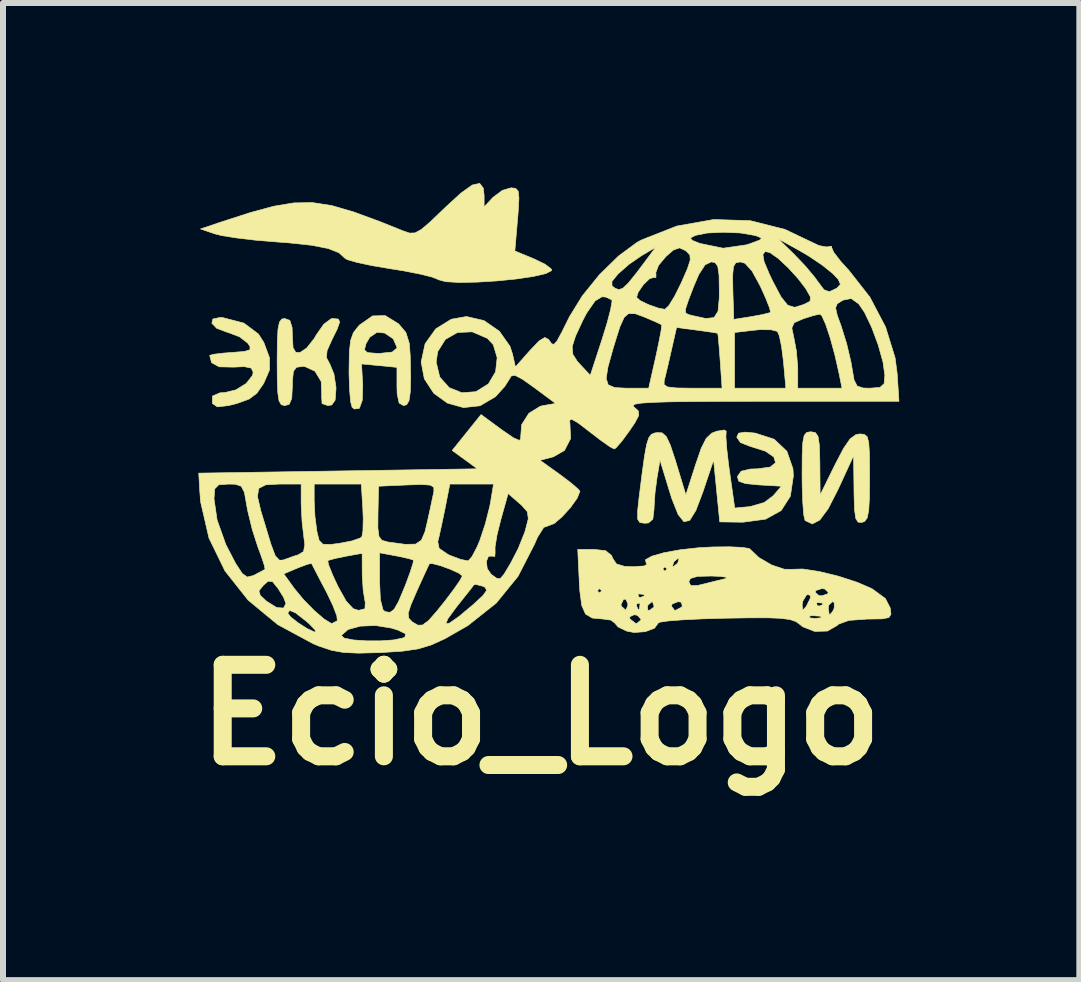
<source format=kicad_pcb>
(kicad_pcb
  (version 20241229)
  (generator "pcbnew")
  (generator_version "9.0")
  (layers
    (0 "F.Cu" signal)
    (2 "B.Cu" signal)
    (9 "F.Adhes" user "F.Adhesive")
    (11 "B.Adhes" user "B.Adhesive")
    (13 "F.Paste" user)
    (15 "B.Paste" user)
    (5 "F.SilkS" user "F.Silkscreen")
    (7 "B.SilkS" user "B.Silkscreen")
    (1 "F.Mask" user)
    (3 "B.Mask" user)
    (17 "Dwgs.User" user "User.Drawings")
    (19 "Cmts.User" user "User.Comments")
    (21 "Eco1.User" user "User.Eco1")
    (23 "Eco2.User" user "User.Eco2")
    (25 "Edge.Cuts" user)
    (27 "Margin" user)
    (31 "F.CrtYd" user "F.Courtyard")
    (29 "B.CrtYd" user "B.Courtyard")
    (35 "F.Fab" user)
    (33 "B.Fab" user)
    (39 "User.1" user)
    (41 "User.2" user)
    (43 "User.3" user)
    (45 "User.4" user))
  (footprint "Ecio_Logo"
    (layer "F.Cu")
    (at 5.958 3.78)
    (property "Reference" "Ecio_Logo" (at 0 5.08 0) (layer "F.SilkS") (effects (font (size 1.524 1.524) (thickness 0.3))))
    (attr through_hole)
    (fp_poly (pts (xy -5.298 -1.539) (xy -4.945 -1.447) (xy -4.703 -1.266) (xy -4.613 -1.125) (xy -4.519 -0.872) (xy -4.518 -0.668) (xy -4.612 -0.449) (xy -4.623 -0.431) (xy -4.729 -0.279) (xy -4.859 -0.182) (xy -5.06 -0.109) (xy -5.203 -0.073) (xy -5.387 -0.052) (xy -5.469 -0.108) (xy -5.47 -0.11) (xy -5.469 -0.232) (xy -5.343 -0.286) (xy -5.265 -0.29) (xy -5.079 -0.335) (xy -4.906 -0.442) (xy -4.801 -0.576) (xy -4.79 -0.628) (xy -4.821 -0.697) (xy -4.937 -0.722) (xy -5.115 -0.714) (xy -5.357 -0.719) (xy -5.483 -0.788) (xy -5.515 -0.909) (xy -5.45 -0.928) (xy -5.283 -0.948) (xy -5.149 -0.958) (xy -4.937 -0.975) (xy -4.844 -1.003) (xy -4.843 -1.057) (xy -4.88 -1.113) (xy -5.017 -1.219) (xy -5.215 -1.294) (xy -5.229 -1.297) (xy -5.398 -1.361) (xy -5.479 -1.445) (xy -5.462 -1.516) (xy -5.339 -1.542) (xy -5.298 -1.539)) (stroke (width 0.01) (type solid)) (fill yes) (layer "F.SilkS"))
    (fp_poly (pts (xy 4.575 0.376) (xy 4.619 0.438) (xy 4.641 0.577) (xy 4.649 0.825) (xy 4.65 0.889) (xy 4.655 1.415) (xy 4.905 0.907) (xy 5.046 0.638) (xy 5.155 0.48) (xy 5.252 0.41) (xy 5.317 0.399) (xy 5.39 0.406) (xy 5.438 0.444) (xy 5.464 0.54) (xy 5.476 0.72) (xy 5.479 1.011) (xy 5.479 1.124) (xy 5.476 1.458) (xy 5.464 1.674) (xy 5.439 1.798) (xy 5.396 1.856) (xy 5.352 1.873) (xy 5.288 1.869) (xy 5.249 1.809) (xy 5.228 1.665) (xy 5.22 1.411) (xy 5.219 1.33) (xy 5.212 0.762) (xy 4.953 1.324) (xy 4.788 1.646) (xy 4.648 1.834) (xy 4.525 1.898) (xy 4.409 1.844) (xy 4.403 1.838) (xy 4.382 1.749) (xy 4.366 1.549) (xy 4.356 1.271) (xy 4.354 1.076) (xy 4.356 0.749) (xy 4.366 0.541) (xy 4.389 0.425) (xy 4.43 0.374) (xy 4.495 0.363) (xy 4.499 0.363) (xy 4.575 0.376)) (stroke (width 0.01) (type solid)) (fill yes) (layer "F.SilkS"))
    (fp_poly (pts (xy -2.369 -1.436) (xy -2.366 -1.433) (xy -2.246 -1.291) (xy -2.189 -1.108) (xy -2.174 -0.907) (xy -2.167 -0.543) (xy -2.173 -0.3) (xy -2.194 -0.156) (xy -2.233 -0.088) (xy -2.286 -0.073) (xy -2.359 -0.116) (xy -2.391 -0.264) (xy -2.395 -0.392) (xy -2.395 -0.71) (xy -2.69 -0.739) (xy -2.985 -0.767) (xy -2.965 -0.406) (xy -2.973 -0.161) (xy -3.021 -0.027) (xy -3.105 -0.016) (xy -3.143 -0.047) (xy -3.167 -0.138) (xy -3.184 -0.336) (xy -3.193 -0.602) (xy -3.193 -0.669) (xy -3.188 -0.966) (xy -3.184 -1.002) (xy -2.937 -1.002) (xy -2.889 -0.956) (xy -2.737 -0.944) (xy -2.683 -0.943) (xy -2.474 -0.965) (xy -2.396 -1.032) (xy -2.395 -1.043) (xy -2.457 -1.186) (xy -2.601 -1.282) (xy -2.728 -1.294) (xy -2.847 -1.213) (xy -2.91 -1.107) (xy -2.937 -1.002) (xy -3.184 -1.002) (xy -3.167 -1.159) (xy -3.121 -1.288) (xy -3.038 -1.394) (xy -3.015 -1.418) (xy -2.802 -1.567) (xy -2.592 -1.573) (xy -2.369 -1.436)) (stroke (width 0.01) (type solid)) (fill yes) (layer "F.SilkS"))
    (fp_poly (pts (xy -4.179 -1.492) (xy -4.142 -1.374) (xy -4.137 -1.228) (xy -4.126 -1.039) (xy -4.082 -0.961) (xy -4.01 -0.957) (xy -3.898 -1.033) (xy -3.773 -1.191) (xy -3.737 -1.253) (xy -3.615 -1.428) (xy -3.493 -1.519) (xy -3.465 -1.524) (xy -3.374 -1.515) (xy -3.348 -1.468) (xy -3.389 -1.351) (xy -3.476 -1.175) (xy -3.559 -0.99) (xy -3.57 -0.872) (xy -3.513 -0.765) (xy -3.445 -0.6) (xy -3.411 -0.38) (xy -3.411 -0.349) (xy -3.425 -0.163) (xy -3.481 -0.084) (xy -3.546 -0.073) (xy -3.643 -0.107) (xy -3.65 -0.232) (xy -3.648 -0.246) (xy -3.657 -0.474) (xy -3.761 -0.646) (xy -3.932 -0.725) (xy -3.958 -0.726) (xy -4.068 -0.712) (xy -4.12 -0.644) (xy -4.136 -0.484) (xy -4.137 -0.399) (xy -4.148 -0.192) (xy -4.19 -0.094) (xy -4.264 -0.073) (xy -4.322 -0.088) (xy -4.359 -0.15) (xy -4.38 -0.285) (xy -4.389 -0.519) (xy -4.391 -0.798) (xy -4.388 -1.131) (xy -4.377 -1.344) (xy -4.353 -1.463) (xy -4.313 -1.515) (xy -4.264 -1.524) (xy -4.179 -1.492)) (stroke (width 0.01) (type solid)) (fill yes) (layer "F.SilkS"))
    (fp_poly (pts (xy -0.956 -3.695) (xy -0.943 -3.573) (xy -0.943 -3.383) (xy -0.795 -3.542) (xy -0.638 -3.659) (xy -0.495 -3.701) (xy -0.417 -3.692) (xy -0.375 -3.645) (xy -0.363 -3.528) (xy -0.375 -3.311) (xy -0.386 -3.175) (xy -0.431 -2.649) (xy -0.107 -2.515) (xy 0.074 -2.427) (xy 0.174 -2.351) (xy 0.182 -2.323) (xy 0.083 -2.272) (xy -0.126 -2.224) (xy -0.41 -2.182) (xy -0.732 -2.15) (xy -1.058 -2.13) (xy -1.352 -2.124) (xy -1.58 -2.137) (xy -1.704 -2.17) (xy -1.71 -2.175) (xy -1.808 -2.214) (xy -2.015 -2.265) (xy -2.297 -2.32) (xy -2.498 -2.352) (xy -2.806 -2.404) (xy -3.057 -2.457) (xy -3.218 -2.503) (xy -3.259 -2.526) (xy -3.361 -2.619) (xy -3.54 -2.69) (xy -3.818 -2.744) (xy -4.212 -2.786) (xy -4.393 -2.799) (xy -4.745 -2.828) (xy -5.067 -2.866) (xy -5.317 -2.906) (xy -5.429 -2.934) (xy -5.668 -3.016) (xy -5.32 -3.133) (xy -4.84 -3.288) (xy -4.449 -3.394) (xy -4.114 -3.45) (xy -3.803 -3.455) (xy -3.483 -3.406) (xy -3.121 -3.301) (xy -2.683 -3.14) (xy -2.291 -2.983) (xy -2.186 -2.947) (xy -2.094 -2.95) (xy -1.988 -3.008) (xy -1.838 -3.136) (xy -1.615 -3.35) (xy -1.602 -3.363) (xy -1.331 -3.612) (xy -1.14 -3.748) (xy -1.017 -3.775) (xy -0.956 -3.695)) (stroke (width 0.01) (type solid)) (fill yes) (layer "F.SilkS"))
    (fp_poly (pts (xy 3.09 0.354) (xy 3.085 0.445) (xy 3.099 0.643) (xy 3.13 0.911) (xy 3.145 1.019) (xy 3.232 1.633) (xy 3.485 1.61) (xy 3.724 1.541) (xy 3.873 1.429) (xy 4.009 1.27) (xy 3.633 1.248) (xy 3.41 1.226) (xy 3.301 1.188) (xy 3.278 1.119) (xy 3.281 1.103) (xy 3.339 1.02) (xy 3.491 0.984) (xy 3.612 0.98) (xy 3.823 0.951) (xy 3.912 0.878) (xy 3.883 0.783) (xy 3.745 0.687) (xy 3.503 0.61) (xy 3.495 0.608) (xy 3.327 0.543) (xy 3.266 0.453) (xy 3.296 0.386) (xy 3.408 0.369) (xy 3.574 0.385) (xy 3.889 0.487) (xy 4.101 0.688) (xy 4.202 0.979) (xy 4.209 1.097) (xy 4.159 1.436) (xy 4.005 1.676) (xy 3.745 1.819) (xy 3.374 1.869) (xy 3.321 1.869) (xy 2.982 1.864) (xy 2.931 1.349) (xy 2.88 0.835) (xy 2.702 1.365) (xy 2.585 1.673) (xy 2.482 1.839) (xy 2.386 1.862) (xy 2.289 1.741) (xy 2.184 1.477) (xy 2.142 1.343) (xy 1.987 0.835) (xy 1.938 1.125) (xy 1.904 1.382) (xy 1.888 1.627) (xy 1.888 1.651) (xy 1.868 1.818) (xy 1.796 1.881) (xy 1.736 1.887) (xy 1.653 1.876) (xy 1.615 1.82) (xy 1.614 1.685) (xy 1.637 1.47) (xy 1.689 1.057) (xy 1.729 0.767) (xy 1.764 0.576) (xy 1.8 0.463) (xy 1.843 0.406) (xy 1.899 0.383) (xy 1.938 0.377) (xy 2.023 0.381) (xy 2.092 0.442) (xy 2.159 0.585) (xy 2.243 0.838) (xy 2.257 0.885) (xy 2.418 1.415) (xy 2.58 0.91) (xy 2.674 0.637) (xy 2.757 0.473) (xy 2.847 0.387) (xy 2.931 0.354) (xy 3.058 0.333) (xy 3.09 0.354)) (stroke (width 0.01) (type solid)) (fill yes) (layer "F.SilkS"))
    (fp_poly (pts (xy 3.357 2.289) (xy 3.474 2.308) (xy 3.483 2.315) (xy 3.637 2.46) (xy 3.849 2.583) (xy 4.058 2.653) (xy 4.177 2.654) (xy 4.364 2.649) (xy 4.639 2.691) (xy 4.956 2.768) (xy 5.271 2.87) (xy 5.52 2.978) (xy 5.742 3.141) (xy 5.823 3.299) (xy 5.835 3.403) (xy 5.8 3.458) (xy 5.685 3.48) (xy 5.459 3.483) (xy 5.442 3.483) (xy 5.135 3.505) (xy 4.959 3.569) (xy 4.935 3.592) (xy 4.776 3.683) (xy 4.564 3.689) (xy 4.364 3.611) (xy 4.319 3.574) (xy 4.252 3.525) (xy 4.155 3.492) (xy 4.006 3.471) (xy 3.779 3.462) (xy 3.452 3.463) (xy 3.072 3.469) (xy 2.689 3.48) (xy 2.363 3.496) (xy 2.118 3.515) (xy 1.981 3.536) (xy 1.959 3.548) (xy 1.896 3.635) (xy 1.743 3.693) (xy 1.555 3.707) (xy 1.433 3.684) (xy 1.29 3.615) (xy 1.234 3.55) (xy 1.171 3.501) (xy 1.034 3.482) (xy 0.858 3.466) (xy 0.825 3.446) (xy 1.481 3.446) (xy 1.488 3.483) (xy 1.58 3.553) (xy 1.601 3.556) (xy 1.667 3.501) (xy 1.669 3.483) (xy 1.649 3.462) (xy 4.472 3.462) (xy 4.572 3.472) (xy 4.675 3.461) (xy 4.663 3.435) (xy 4.514 3.426) (xy 4.481 3.435) (xy 4.472 3.462) (xy 1.649 3.462) (xy 1.61 3.42) (xy 1.556 3.411) (xy 1.481 3.446) (xy 0.825 3.446) (xy 0.746 3.399) (xy 0.683 3.256) (xy 0.682 3.245) (xy 1.336 3.245) (xy 1.346 3.271) (xy 1.416 3.335) (xy 1.448 3.266) (xy 1.597 3.266) (xy 1.623 3.325) (xy 1.645 3.314) (xy 1.65 3.266) (xy 1.778 3.266) (xy 1.784 3.333) (xy 1.81 3.338) (xy 1.884 3.286) (xy 1.887 3.266) (xy 2.177 3.266) (xy 2.229 3.336) (xy 2.245 3.338) (xy 2.344 3.286) (xy 2.359 3.266) (xy 2.355 3.252) (xy 4.355 3.252) (xy 4.367 3.333) (xy 4.397 3.302) (xy 4.79 3.302) (xy 4.805 3.399) (xy 4.818 3.411) (xy 4.865 3.354) (xy 4.889 3.302) (xy 4.89 3.209) (xy 4.86 3.193) (xy 4.798 3.252) (xy 4.79 3.302) (xy 4.397 3.302) (xy 4.417 3.28) (xy 4.427 3.266) (xy 4.451 3.217) (xy 4.596 3.217) (xy 4.606 3.26) (xy 4.645 3.266) (xy 4.704 3.239) (xy 4.693 3.217) (xy 4.607 3.209) (xy 4.596 3.217) (xy 4.451 3.217) (xy 4.488 3.142) (xy 4.498 3.098) (xy 4.454 3.072) (xy 4.427 3.084) (xy 4.364 3.188) (xy 4.355 3.252) (xy 2.355 3.252) (xy 2.342 3.204) (xy 2.29 3.193) (xy 2.191 3.231) (xy 2.177 3.266) (xy 1.887 3.266) (xy 1.862 3.195) (xy 1.855 3.193) (xy 1.793 3.244) (xy 1.778 3.266) (xy 1.65 3.266) (xy 1.654 3.228) (xy 1.645 3.217) (xy 1.602 3.227) (xy 1.597 3.266) (xy 1.448 3.266) (xy 1.45 3.262) (xy 1.451 3.225) (xy 1.416 3.15) (xy 1.378 3.158) (xy 1.336 3.245) (xy 0.682 3.245) (xy 0.659 3.072) (xy 1.621 3.072) (xy 1.631 3.115) (xy 1.669 3.121) (xy 1.729 3.094) (xy 1.718 3.072) (xy 1.631 3.064) (xy 1.621 3.072) (xy 0.659 3.072) (xy 0.651 3.012) (xy 0.943 3.012) (xy 0.98 3.048) (xy 0.992 3.036) (xy 4.572 3.036) (xy 4.631 3.09) (xy 4.681 3.096) (xy 4.778 3.064) (xy 4.79 3.036) (xy 4.731 2.982) (xy 4.681 2.975) (xy 4.584 3.008) (xy 4.572 3.036) (xy 0.992 3.036) (xy 1.016 3.012) (xy 0.98 2.975) (xy 0.943 3.012) (xy 0.651 3.012) (xy 0.651 3.009) (xy 0.642 2.861) (xy 2.467 2.861) (xy 2.499 2.925) (xy 2.616 2.923) (xy 2.703 2.902) (xy 2.915 2.849) (xy 3.084 2.808) (xy 3.102 2.788) (xy 2.998 2.773) (xy 2.848 2.766) (xy 2.612 2.772) (xy 2.494 2.807) (xy 2.467 2.861) (xy 0.642 2.861) (xy 0.642 2.848) (xy 0.632 2.649) (xy 2.032 2.649) (xy 2.068 2.685) (xy 2.105 2.649) (xy 2.068 2.613) (xy 2.032 2.649) (xy 0.632 2.649) (xy 0.617 2.322) (xy 0.884 2.322) (xy 1.081 2.344) (xy 1.179 2.423) (xy 1.197 2.467) (xy 1.261 2.564) (xy 1.398 2.606) (xy 1.547 2.611) (xy 1.6 2.608) (xy 2.195 2.608) (xy 2.205 2.613) (xy 2.271 2.561) (xy 2.286 2.54) (xy 2.304 2.472) (xy 2.295 2.467) (xy 2.228 2.519) (xy 2.213 2.54) (xy 2.195 2.608) (xy 1.6 2.608) (xy 1.722 2.599) (xy 1.774 2.568) (xy 1.757 2.551) (xy 1.744 2.495) (xy 1.85 2.436) (xy 2.051 2.378) (xy 2.322 2.329) (xy 2.637 2.294) (xy 2.867 2.282) (xy 3.142 2.279) (xy 3.357 2.289)) (stroke (width 0.01) (type solid)) (fill yes) (layer "F.SilkS"))
    (fp_poly (pts (xy 3.49 -3.154) (xy 4.07 -3.008) (xy 4.462 -2.821) (xy 4.638 -2.738) (xy 4.768 -2.715) (xy 4.789 -2.721) (xy 4.847 -2.728) (xy 4.846 -2.707) (xy 4.882 -2.626) (xy 4.996 -2.478) (xy 5.138 -2.321) (xy 5.483 -1.881) (xy 5.745 -1.382) (xy 5.904 -0.868) (xy 5.938 -0.606) (xy 5.968 -0.145) (xy 3.696 -0.145) (xy 3.054 -0.144) (xy 2.545 -0.141) (xy 2.155 -0.136) (xy 1.872 -0.127) (xy 1.684 -0.115) (xy 1.576 -0.098) (xy 1.537 -0.077) (xy 1.554 -0.05) (xy 1.555 -0.049) (xy 1.627 0.016) (xy 1.633 0.091) (xy 1.568 0.215) (xy 1.478 0.347) (xy 1.351 0.52) (xy 1.255 0.63) (xy 1.225 0.65) (xy 1.149 0.61) (xy 0.996 0.502) (xy 0.814 0.362) (xy 0.618 0.212) (xy 0.512 0.153) (xy 0.48 0.176) (xy 0.486 0.216) (xy 0.498 0.476) (xy 0.396 0.674) (xy 0.211 0.78) (xy -0.012 0.838) (xy 0.321 1.076) (xy 0.502 1.213) (xy 0.622 1.316) (xy 0.653 1.354) (xy 0.608 1.468) (xy 0.498 1.623) (xy 0.358 1.777) (xy 0.228 1.89) (xy 0.145 1.922) (xy 0.05 1.956) (xy -0.054 2.121) (xy -0.102 2.233) (xy -0.378 2.771) (xy -0.742 3.218) (xy -1.214 3.592) (xy -1.597 3.811) (xy -1.823 3.914) (xy -2.042 3.98) (xy -2.303 4.018) (xy -2.656 4.041) (xy -2.685 4.042) (xy -3.033 4.051) (xy -3.284 4.04) (xy -3.488 4.003) (xy -3.694 3.934) (xy -3.788 3.895) (xy -4.041 3.759) (xy -3.321 3.759) (xy -3.272 3.801) (xy -3.119 3.831) (xy -2.904 3.846) (xy -2.667 3.846) (xy -2.451 3.831) (xy -2.295 3.798) (xy -2.263 3.783) (xy -2.25 3.73) (xy -2.375 3.668) (xy -2.485 3.634) (xy -2.749 3.591) (xy -3.005 3.601) (xy -3.209 3.657) (xy -3.318 3.752) (xy -3.321 3.759) (xy -4.041 3.759) (xy -4.38 3.576) (xy -4.613 3.384) (xy -4.215 3.384) (xy -4.165 3.449) (xy -4.039 3.547) (xy -3.89 3.642) (xy -3.771 3.697) (xy -3.75 3.701) (xy -3.761 3.661) (xy -3.859 3.56) (xy -3.91 3.516) (xy -4.086 3.379) (xy -4.182 3.339) (xy -4.215 3.384) (xy -4.613 3.384) (xy -4.875 3.167) (xy -4.997 3.013) (xy -4.694 3.013) (xy -4.672 3.09) (xy -4.566 3.187) (xy -4.4 3.291) (xy -4.284 3.3) (xy -4.245 3.223) (xy -4.284 3.121) (xy -4.372 2.978) (xy -4.468 2.859) (xy -4.541 2.852) (xy -4.62 2.92) (xy -4.694 3.013) (xy -4.997 3.013) (xy -5.26 2.681) (xy -5.527 2.133) (xy -5.665 1.535) (xy -5.67 1.479) (xy -5.443 1.479) (xy -5.391 1.834) (xy -5.246 2.241) (xy -5.082 2.557) (xy -4.973 2.723) (xy -4.889 2.783) (xy -4.789 2.759) (xy -4.765 2.747) (xy -4.733 2.73) (xy -4.281 2.73) (xy -4.1 2.98) (xy -3.95 3.161) (xy -3.774 3.34) (xy -3.61 3.482) (xy -3.493 3.553) (xy -3.477 3.556) (xy -3.392 3.513) (xy -3.389 3.51) (xy -3.397 3.428) (xy -3.413 3.387) (xy -2.208 3.387) (xy -2.198 3.469) (xy -2.141 3.529) (xy -2.134 3.534) (xy -2.046 3.585) (xy -1.967 3.582) (xy -1.942 3.563) (xy -1.581 3.563) (xy -1.517 3.549) (xy -1.358 3.437) (xy -1.125 3.242) (xy -0.963 3.092) (xy -0.901 3.005) (xy -0.927 2.954) (xy -0.965 2.936) (xy -1.08 2.906) (xy -1.112 2.912) (xy -1.163 2.979) (xy -1.279 3.125) (xy -1.412 3.293) (xy -1.547 3.478) (xy -1.581 3.563) (xy -1.942 3.563) (xy -1.868 3.508) (xy -1.726 3.346) (xy -1.593 3.18) (xy -1.445 2.984) (xy -1.341 2.833) (xy -1.306 2.763) (xy -1.366 2.717) (xy -1.508 2.653) (xy -1.674 2.593) (xy -1.809 2.558) (xy -1.854 2.561) (xy -1.887 2.629) (xy -1.963 2.794) (xy -2.061 3.01) (xy -2.163 3.246) (xy -2.208 3.387) (xy -3.413 3.387) (xy -3.463 3.256) (xy -3.571 3.03) (xy -3.577 3.02) (xy -3.694 2.797) (xy -3.78 2.631) (xy -3.817 2.558) (xy -3.817 2.557) (xy -3.881 2.569) (xy -4.027 2.623) (xy -4.053 2.634) (xy -4.281 2.73) (xy -4.733 2.73) (xy -4.639 2.68) (xy -4.592 2.653) (xy -4.606 2.584) (xy -4.63 2.511) (xy -3.548 2.511) (xy -3.533 2.583) (xy -3.467 2.747) (xy -3.379 2.937) (xy -3.241 3.184) (xy -3.124 3.31) (xy -3.034 3.338) (xy -2.928 3.311) (xy -2.923 3.202) (xy -2.93 3.175) (xy -2.958 2.998) (xy -2.967 2.852) (xy -2.685 2.852) (xy -2.671 3.158) (xy -2.628 3.327) (xy -2.594 3.359) (xy -2.513 3.372) (xy -2.444 3.324) (xy -2.368 3.19) (xy -2.266 2.947) (xy -2.252 2.912) (xy -2.173 2.698) (xy -2.126 2.548) (xy -2.123 2.523) (xy -0.905 2.523) (xy -0.891 2.642) (xy -0.825 2.738) (xy -0.734 2.803) (xy -0.676 2.811) (xy -0.614 2.74) (xy -0.511 2.569) (xy -0.504 2.558) (xy -0.374 2.306) (xy -0.267 2.039) (xy -0.255 2) (xy -0.207 1.811) (xy -0.223 1.695) (xy -0.317 1.588) (xy -0.356 1.554) (xy -0.543 1.392) (xy -0.668 1.839) (xy -0.729 2.086) (xy -0.761 2.285) (xy -0.76 2.38) (xy -0.765 2.443) (xy -0.792 2.435) (xy -0.87 2.436) (xy -0.905 2.523) (xy -2.123 2.523) (xy -2.12 2.501) (xy -2.198 2.476) (xy -2.364 2.439) (xy -2.413 2.43) (xy -2.685 2.379) (xy -2.685 2.852) (xy -2.967 2.852) (xy -2.973 2.761) (xy -2.974 2.7) (xy -2.975 2.388) (xy -3.248 2.437) (xy -3.43 2.475) (xy -3.539 2.506) (xy -3.548 2.511) (xy -4.63 2.511) (xy -4.66 2.422) (xy -4.712 2.282) (xy -4.806 1.99) (xy -4.881 1.681) (xy -4.9 1.578) (xy -4.924 1.441) (xy -4.719 1.441) (xy -4.664 1.676) (xy -4.653 1.713) (xy -4.59 1.92) (xy -4.514 2.172) (xy -4.495 2.235) (xy -4.422 2.43) (xy -4.349 2.505) (xy -4.287 2.498) (xy -4.115 2.436) (xy -4.038 2.412) (xy -3.951 2.359) (xy -3.93 2.242) (xy -3.947 2.112) (xy -3.976 1.86) (xy -3.99 1.581) (xy -3.991 1.542) (xy -3.991 1.234) (xy -3.774 1.234) (xy -3.774 1.515) (xy -3.761 1.774) (xy -3.729 2.019) (xy -3.727 2.031) (xy -3.691 2.174) (xy -3.629 2.236) (xy -3.498 2.24) (xy -3.35 2.221) (xy -3.144 2.181) (xy -3.005 2.132) (xy -2.979 2.111) (xy -2.961 2.008) (xy -2.961 1.968) (xy -2.713 1.968) (xy -2.695 2.106) (xy -2.646 2.171) (xy -2.551 2.198) (xy -2.54 2.2) (xy -2.259 2.238) (xy -2.086 2.235) (xy -2.023 2.193) (xy -1.715 2.193) (xy -1.692 2.306) (xy -1.544 2.407) (xy -1.51 2.423) (xy -1.334 2.489) (xy -1.215 2.513) (xy -1.206 2.512) (xy -1.144 2.441) (xy -1.059 2.278) (xy -1.015 2.174) (xy -0.923 1.897) (xy -0.85 1.609) (xy -0.837 1.542) (xy -0.786 1.234) (xy -1.514 1.234) (xy -1.596 1.651) (xy -1.648 1.901) (xy -1.693 2.106) (xy -1.715 2.193) (xy -2.023 2.193) (xy -1.988 2.17) (xy -1.928 2.028) (xy -1.89 1.869) (xy -1.837 1.627) (xy -1.795 1.429) (xy -1.78 1.358) (xy -1.781 1.288) (xy -1.839 1.252) (xy -1.984 1.241) (xy -2.227 1.249) (xy -2.701 1.27) (xy -2.711 1.721) (xy -2.713 1.968) (xy -2.961 1.968) (xy -2.957 1.81) (xy -2.964 1.64) (xy -2.989 1.234) (xy -3.774 1.234) (xy -3.991 1.234) (xy -4.354 1.234) (xy -4.582 1.247) (xy -4.698 1.307) (xy -4.719 1.441) (xy -4.924 1.441) (xy -4.937 1.371) (xy -4.989 1.27) (xy -5.089 1.237) (xy -5.197 1.234) (xy -5.364 1.246) (xy -5.431 1.314) (xy -5.443 1.479) (xy -5.67 1.479) (xy -5.678 1.379) (xy -5.697 1.052) (xy -3.376 1.016) (xy -1.055 0.98) (xy -1.265 0.827) (xy -1.475 0.674) (xy -0.994 0.076) (xy -0.649 0.33) (xy -0.454 0.464) (xy -0.353 0.508) (xy -0.331 0.469) (xy -0.334 0.455) (xy -0.318 0.245) (xy -0.197 0.055) (xy -0.008 -0.062) (xy 0.035 -0.072) (xy 0.248 -0.109) (xy -0.112 -0.376) (xy -0.313 -0.518) (xy -0.325 -0.524) (xy 1.09 -0.524) (xy 1.125 -0.418) (xy 1.233 -0.373) (xy 1.423 -0.363) (xy 1.444 -0.363) (xy 1.799 -0.363) (xy 1.812 -0.423) (xy 2.055 -0.423) (xy 2.113 -0.384) (xy 2.26 -0.367) (xy 2.522 -0.363) (xy 3.021 -0.363) (xy 2.99 -0.816) (xy 2.972 -1.053) (xy 2.957 -1.22) (xy 2.949 -1.278) (xy 2.878 -1.291) (xy 2.876 -1.291) (xy 3.229 -1.291) (xy 3.229 -0.363) (xy 4.084 -0.363) (xy 4.044 -0.807) (xy 4.013 -1.051) (xy 3.975 -1.235) (xy 3.943 -1.309) (xy 3.84 -1.336) (xy 3.65 -1.338) (xy 3.556 -1.329) (xy 3.229 -1.291) (xy 2.876 -1.291) (xy 2.71 -1.315) (xy 2.601 -1.33) (xy 2.329 -1.366) (xy 4.183 -1.366) (xy 4.216 -1.211) (xy 4.259 -0.983) (xy 4.281 -0.718) (xy 4.282 -0.672) (xy 4.282 -0.363) (xy 5.019 -0.363) (xy 4.972 -0.599) (xy 4.902 -0.909) (xy 4.824 -1.195) (xy 4.748 -1.425) (xy 4.684 -1.567) (xy 4.653 -1.597) (xy 4.549 -1.575) (xy 4.378 -1.521) (xy 4.372 -1.519) (xy 4.223 -1.454) (xy 4.183 -1.366) (xy 2.329 -1.366) (xy 2.263 -1.374) (xy 2.177 -0.996) (xy 2.122 -0.755) (xy 2.075 -0.559) (xy 2.057 -0.49) (xy 2.055 -0.423) (xy 1.812 -0.423) (xy 1.916 -0.882) (xy 1.97 -1.136) (xy 2.006 -1.326) (xy 2.015 -1.416) (xy 2.014 -1.419) (xy 1.942 -1.455) (xy 1.784 -1.524) (xy 1.724 -1.549) (xy 1.573 -1.605) (xy 1.468 -1.61) (xy 1.39 -1.543) (xy 1.318 -1.384) (xy 1.232 -1.11) (xy 1.205 -1.021) (xy 1.12 -0.716) (xy 1.09 -0.524) (xy -0.325 -0.524) (xy -0.431 -0.578) (xy -0.493 -0.565) (xy -0.518 -0.521) (xy -0.601 -0.39) (xy -0.742 -0.235) (xy -0.758 -0.219) (xy -1.011 -0.07) (xy -1.287 -0.04) (xy -1.555 -0.115) (xy -1.782 -0.279) (xy -1.939 -0.519) (xy -1.992 -0.798) (xy -1.742 -0.798) (xy -1.682 -0.549) (xy -1.526 -0.373) (xy -1.313 -0.287) (xy -1.079 -0.305) (xy -0.871 -0.435) (xy -0.752 -0.637) (xy -0.726 -0.872) (xy -0.79 -1.087) (xy -0.887 -1.193) (xy -1.141 -1.302) (xy -1.386 -1.291) (xy -1.589 -1.176) (xy -1.716 -0.972) (xy -1.742 -0.798) (xy -1.992 -0.798) (xy -1.926 -1.103) (xy -1.749 -1.351) (xy -1.49 -1.512) (xy -1.237 -1.557) (xy -0.946 -1.49) (xy -0.69 -1.313) (xy -0.512 -1.061) (xy -0.469 -0.929) (xy -0.422 -0.717) (xy -0.177 -0.994) (xy -0.119 -1.054) (xy 0.524 -1.054) (xy 0.535 -0.928) (xy 0.609 -0.811) (xy 0.667 -0.747) (xy 0.826 -0.578) (xy 1.022 -1.178) (xy 1.107 -1.454) (xy 1.165 -1.677) (xy 1.188 -1.811) (xy 1.185 -1.832) (xy 1.099 -1.877) (xy 1.597 -1.877) (xy 1.657 -1.822) (xy 1.798 -1.754) (xy 1.961 -1.697) (xy 2.068 -1.677) (xy 2.076 -1.684) (xy 2.413 -1.684) (xy 2.413 -1.618) (xy 2.457 -1.591) (xy 2.522 -1.574) (xy 2.752 -1.524) (xy 2.888 -1.54) (xy 2.954 -1.645) (xy 2.974 -1.861) (xy 2.975 -1.996) (xy 2.971 -2.242) (xy 3.197 -2.242) (xy 3.201 -1.988) (xy 3.216 -1.509) (xy 3.511 -1.556) (xy 3.7 -1.591) (xy 3.816 -1.621) (xy 3.829 -1.627) (xy 3.813 -1.7) (xy 3.812 -1.702) (xy 4.912 -1.702) (xy 4.94 -1.577) (xy 5.005 -1.398) (xy 5.096 -1.107) (xy 5.169 -0.797) (xy 5.184 -0.708) (xy 5.22 -0.5) (xy 5.272 -0.399) (xy 5.372 -0.366) (xy 5.484 -0.363) (xy 5.652 -0.376) (xy 5.721 -0.439) (xy 5.733 -0.578) (xy 5.702 -0.798) (xy 5.623 -1.081) (xy 5.514 -1.375) (xy 5.395 -1.625) (xy 5.298 -1.767) (xy 5.172 -1.857) (xy 5.039 -1.831) (xy 5.023 -1.823) (xy 4.939 -1.769) (xy 4.912 -1.702) (xy 3.812 -1.702) (xy 3.747 -1.865) (xy 3.66 -2.059) (xy 3.521 -2.314) (xy 3.402 -2.444) (xy 3.326 -2.467) (xy 3.251 -2.453) (xy 3.211 -2.388) (xy 3.197 -2.242) (xy 2.971 -2.242) (xy 2.97 -2.252) (xy 2.949 -2.395) (xy 2.903 -2.456) (xy 2.84 -2.467) (xy 2.738 -2.418) (xy 2.634 -2.258) (xy 2.55 -2.062) (xy 2.458 -1.821) (xy 2.413 -1.684) (xy 2.076 -1.684) (xy 2.133 -1.737) (xy 2.231 -1.896) (xy 2.341 -2.117) (xy 2.445 -2.355) (xy 2.491 -2.498) (xy 2.485 -2.581) (xy 2.478 -2.589) (xy 3.701 -2.589) (xy 3.721 -2.472) (xy 3.808 -2.265) (xy 3.87 -2.136) (xy 4.005 -1.882) (xy 4.115 -1.745) (xy 4.232 -1.71) (xy 4.386 -1.759) (xy 4.487 -1.811) (xy 4.493 -1.884) (xy 4.416 -2.021) (xy 4.283 -2.194) (xy 4.121 -2.371) (xy 3.957 -2.524) (xy 3.818 -2.622) (xy 3.739 -2.64) (xy 3.701 -2.589) (xy 2.478 -2.589) (xy 2.43 -2.641) (xy 2.414 -2.654) (xy 2.313 -2.701) (xy 2.211 -2.665) (xy 2.085 -2.556) (xy 1.963 -2.409) (xy 1.917 -2.287) (xy 1.92 -2.267) (xy 1.919 -2.203) (xy 1.891 -2.211) (xy 1.813 -2.187) (xy 1.709 -2.086) (xy 1.623 -1.96) (xy 1.597 -1.877) (xy 1.099 -1.877) (xy 1.094 -1.879) (xy 1.023 -1.887) (xy 0.905 -1.817) (xy 0.764 -1.612) (xy 0.701 -1.492) (xy 0.579 -1.229) (xy 0.524 -1.054) (xy -0.119 -1.054) (xy -0.025 -1.152) (xy 0.068 -1.208) (xy 0.13 -1.176) (xy 0.139 -1.163) (xy 0.183 -1.103) (xy 0.221 -1.093) (xy 0.273 -1.152) (xy 0.354 -1.302) (xy 0.478 -1.552) (xy 0.692 -1.9) (xy 0.887 -2.141) (xy 1.186 -2.141) (xy 1.188 -2.068) (xy 1.236 -2.03) (xy 1.299 -2.005) (xy 1.368 -2.027) (xy 1.461 -2.116) (xy 1.601 -2.29) (xy 1.757 -2.498) (xy 1.914 -2.709) (xy 1.678 -2.57) (xy 1.471 -2.427) (xy 1.292 -2.27) (xy 1.286 -2.264) (xy 1.186 -2.141) (xy 0.887 -2.141) (xy 0.977 -2.252) (xy 1.294 -2.563) (xy 1.604 -2.792) (xy 1.669 -2.828) (xy 1.764 -2.866) (xy 2.494 -2.866) (xy 2.525 -2.825) (xy 2.651 -2.775) (xy 3.039 -2.695) (xy 3.426 -2.751) (xy 3.491 -2.772) (xy 3.648 -2.831) (xy 3.668 -2.853) (xy 3.955 -2.853) (xy 4.223 -2.592) (xy 4.407 -2.399) (xy 4.564 -2.212) (xy 4.612 -2.145) (xy 4.719 -2.003) (xy 4.809 -1.97) (xy 4.931 -2.028) (xy 4.935 -2.031) (xy 4.993 -2.093) (xy 4.956 -2.177) (xy 4.862 -2.275) (xy 4.693 -2.411) (xy 4.46 -2.568) (xy 4.318 -2.651) (xy 3.955 -2.853) (xy 3.668 -2.853) (xy 3.679 -2.865) (xy 3.595 -2.899) (xy 3.556 -2.91) (xy 3.325 -2.949) (xy 3.041 -2.961) (xy 2.77 -2.948) (xy 2.578 -2.909) (xy 2.494 -2.866) (xy 1.764 -2.866) (xy 2.266 -3.064) (xy 2.881 -3.173) (xy 3.49 -3.154)) (stroke (width 0.01) (type solid)) (fill yes) (layer "F.SilkS")))
  (gr_rect
    (start -3 -3)
    (end 14.931 13.278)
    (stroke (width 0.1) (type default))
    (fill no)
    (layer "Edge.Cuts")))
</source>
